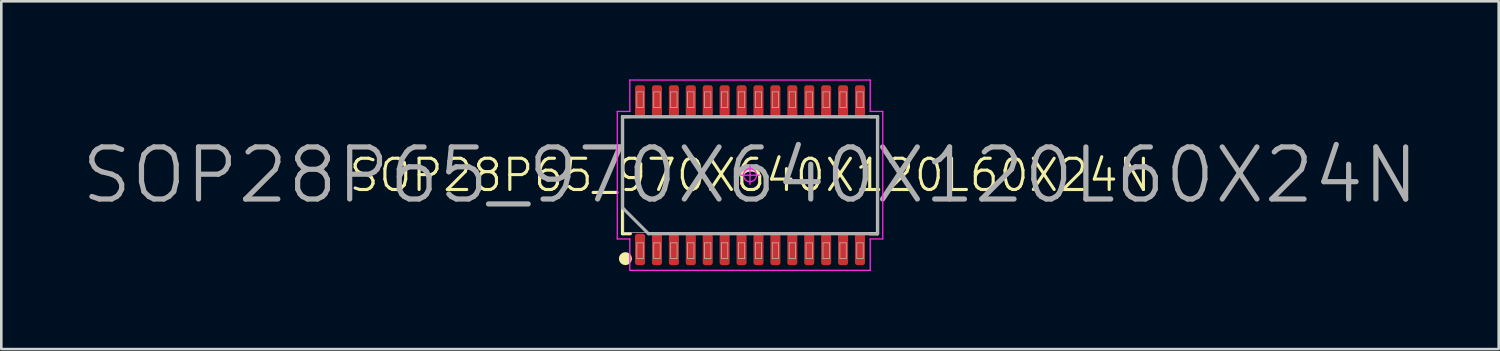
<source format=kicad_pcb>
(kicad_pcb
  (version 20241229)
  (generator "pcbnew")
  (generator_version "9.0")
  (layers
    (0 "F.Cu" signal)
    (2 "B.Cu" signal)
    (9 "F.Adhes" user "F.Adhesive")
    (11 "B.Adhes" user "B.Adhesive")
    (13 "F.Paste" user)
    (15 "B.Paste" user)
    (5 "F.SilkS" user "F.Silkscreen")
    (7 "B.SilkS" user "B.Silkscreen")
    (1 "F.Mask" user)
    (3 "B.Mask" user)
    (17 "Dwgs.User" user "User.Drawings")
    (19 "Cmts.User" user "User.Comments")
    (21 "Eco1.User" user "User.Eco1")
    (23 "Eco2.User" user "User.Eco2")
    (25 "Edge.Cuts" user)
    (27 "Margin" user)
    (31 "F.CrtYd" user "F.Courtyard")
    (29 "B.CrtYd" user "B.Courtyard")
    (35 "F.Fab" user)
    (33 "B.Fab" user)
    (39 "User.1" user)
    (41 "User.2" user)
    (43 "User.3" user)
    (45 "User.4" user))
  (footprint "SOP28P65_970X640X120L60X24N"
    (layer "F.Cu")
    (at 25.767 3.681)
    (property "Reference" "SOP28P65_970X640X120L60X24N" (at 0 0 0) (layer "F.SilkS") (effects (font (size 1.2 1.2) (thickness 0.12))))
    (attr smd)
    (fp_line (start -4.9 -2.25) (end -4.598 -2.25) (stroke (width 0.12) (type solid)) (layer "F.SilkS"))
    (fp_line (start -4.9 2.25) (end -4.9 -2.25) (stroke (width 0.12) (type solid)) (layer "F.SilkS"))
    (fp_line (start -4.598 2.25) (end -4.9 2.25) (stroke (width 0.12) (type solid)) (layer "F.SilkS"))
    (fp_line (start 4.598 2.25) (end 4.9 2.25) (stroke (width 0.12) (type solid)) (layer "F.SilkS"))
    (fp_line (start 4.9 -2.25) (end 4.598 -2.25) (stroke (width 0.12) (type solid)) (layer "F.SilkS"))
    (fp_line (start 4.9 2.25) (end 4.9 -2.25) (stroke (width 0.12) (type solid)) (layer "F.SilkS"))
    (fp_circle (center -4.788 3.206) (end -4.788 3.331) (stroke (width 0.25) (type solid)) (fill no) (layer "F.SilkS"))
    (fp_line (start -4.85 -2.2) (end 4.85 -2.2) (stroke (width 0.025) (type solid)) (layer "Dwgs.User"))
    (fp_line (start -4.85 2.2) (end -4.85 -2.2) (stroke (width 0.025) (type solid)) (layer "Dwgs.User"))
    (fp_line (start -4.347 -3.2) (end -4.103 -3.2) (stroke (width 0.025) (type solid)) (layer "Dwgs.User"))
    (fp_line (start -4.347 -2.6) (end -4.347 -3.2) (stroke (width 0.025) (type solid)) (layer "Dwgs.User"))
    (fp_line (start -4.347 2.6) (end -4.103 2.6) (stroke (width 0.025) (type solid)) (layer "Dwgs.User"))
    (fp_line (start -4.347 3.2) (end -4.347 2.6) (stroke (width 0.025) (type solid)) (layer "Dwgs.User"))
    (fp_line (start -4.103 -3.2) (end -4.103 -2.6) (stroke (width 0.025) (type solid)) (layer "Dwgs.User"))
    (fp_line (start -4.103 -2.6) (end -4.347 -2.6) (stroke (width 0.025) (type solid)) (layer "Dwgs.User"))
    (fp_line (start -4.103 2.6) (end -4.103 3.2) (stroke (width 0.025) (type solid)) (layer "Dwgs.User"))
    (fp_line (start -4.103 3.2) (end -4.347 3.2) (stroke (width 0.025) (type solid)) (layer "Dwgs.User"))
    (fp_line (start -3.697 -3.2) (end -3.453 -3.2) (stroke (width 0.025) (type solid)) (layer "Dwgs.User"))
    (fp_line (start -3.697 -2.6) (end -3.697 -3.2) (stroke (width 0.025) (type solid)) (layer "Dwgs.User"))
    (fp_line (start -3.697 2.6) (end -3.453 2.6) (stroke (width 0.025) (type solid)) (layer "Dwgs.User"))
    (fp_line (start -3.697 3.2) (end -3.697 2.6) (stroke (width 0.025) (type solid)) (layer "Dwgs.User"))
    (fp_line (start -3.453 -3.2) (end -3.453 -2.6) (stroke (width 0.025) (type solid)) (layer "Dwgs.User"))
    (fp_line (start -3.453 -2.6) (end -3.697 -2.6) (stroke (width 0.025) (type solid)) (layer "Dwgs.User"))
    (fp_line (start -3.453 2.6) (end -3.453 3.2) (stroke (width 0.025) (type solid)) (layer "Dwgs.User"))
    (fp_line (start -3.453 3.2) (end -3.697 3.2) (stroke (width 0.025) (type solid)) (layer "Dwgs.User"))
    (fp_line (start -3.047 -3.2) (end -2.803 -3.2) (stroke (width 0.025) (type solid)) (layer "Dwgs.User"))
    (fp_line (start -3.047 -2.6) (end -3.047 -3.2) (stroke (width 0.025) (type solid)) (layer "Dwgs.User"))
    (fp_line (start -3.047 2.6) (end -2.803 2.6) (stroke (width 0.025) (type solid)) (layer "Dwgs.User"))
    (fp_line (start -3.047 3.2) (end -3.047 2.6) (stroke (width 0.025) (type solid)) (layer "Dwgs.User"))
    (fp_line (start -2.803 -3.2) (end -2.803 -2.6) (stroke (width 0.025) (type solid)) (layer "Dwgs.User"))
    (fp_line (start -2.803 -2.6) (end -3.047 -2.6) (stroke (width 0.025) (type solid)) (layer "Dwgs.User"))
    (fp_line (start -2.803 2.6) (end -2.803 3.2) (stroke (width 0.025) (type solid)) (layer "Dwgs.User"))
    (fp_line (start -2.803 3.2) (end -3.047 3.2) (stroke (width 0.025) (type solid)) (layer "Dwgs.User"))
    (fp_line (start -2.397 -3.2) (end -2.153 -3.2) (stroke (width 0.025) (type solid)) (layer "Dwgs.User"))
    (fp_line (start -2.397 -2.6) (end -2.397 -3.2) (stroke (width 0.025) (type solid)) (layer "Dwgs.User"))
    (fp_line (start -2.397 2.6) (end -2.153 2.6) (stroke (width 0.025) (type solid)) (layer "Dwgs.User"))
    (fp_line (start -2.397 3.2) (end -2.397 2.6) (stroke (width 0.025) (type solid)) (layer "Dwgs.User"))
    (fp_line (start -2.153 -3.2) (end -2.153 -2.6) (stroke (width 0.025) (type solid)) (layer "Dwgs.User"))
    (fp_line (start -2.153 -2.6) (end -2.397 -2.6) (stroke (width 0.025) (type solid)) (layer "Dwgs.User"))
    (fp_line (start -2.153 2.6) (end -2.153 3.2) (stroke (width 0.025) (type solid)) (layer "Dwgs.User"))
    (fp_line (start -2.153 3.2) (end -2.397 3.2) (stroke (width 0.025) (type solid)) (layer "Dwgs.User"))
    (fp_line (start -1.747 -3.2) (end -1.503 -3.2) (stroke (width 0.025) (type solid)) (layer "Dwgs.User"))
    (fp_line (start -1.747 -2.6) (end -1.747 -3.2) (stroke (width 0.025) (type solid)) (layer "Dwgs.User"))
    (fp_line (start -1.747 2.6) (end -1.503 2.6) (stroke (width 0.025) (type solid)) (layer "Dwgs.User"))
    (fp_line (start -1.747 3.2) (end -1.747 2.6) (stroke (width 0.025) (type solid)) (layer "Dwgs.User"))
    (fp_line (start -1.503 -3.2) (end -1.503 -2.6) (stroke (width 0.025) (type solid)) (layer "Dwgs.User"))
    (fp_line (start -1.503 -2.6) (end -1.747 -2.6) (stroke (width 0.025) (type solid)) (layer "Dwgs.User"))
    (fp_line (start -1.503 2.6) (end -1.503 3.2) (stroke (width 0.025) (type solid)) (layer "Dwgs.User"))
    (fp_line (start -1.503 3.2) (end -1.747 3.2) (stroke (width 0.025) (type solid)) (layer "Dwgs.User"))
    (fp_line (start -1.097 -3.2) (end -0.853 -3.2) (stroke (width 0.025) (type solid)) (layer "Dwgs.User"))
    (fp_line (start -1.097 -2.6) (end -1.097 -3.2) (stroke (width 0.025) (type solid)) (layer "Dwgs.User"))
    (fp_line (start -1.097 2.6) (end -0.853 2.6) (stroke (width 0.025) (type solid)) (layer "Dwgs.User"))
    (fp_line (start -1.097 3.2) (end -1.097 2.6) (stroke (width 0.025) (type solid)) (layer "Dwgs.User"))
    (fp_line (start -0.853 -3.2) (end -0.853 -2.6) (stroke (width 0.025) (type solid)) (layer "Dwgs.User"))
    (fp_line (start -0.853 -2.6) (end -1.097 -2.6) (stroke (width 0.025) (type solid)) (layer "Dwgs.User"))
    (fp_line (start -0.853 2.6) (end -0.853 3.2) (stroke (width 0.025) (type solid)) (layer "Dwgs.User"))
    (fp_line (start -0.853 3.2) (end -1.097 3.2) (stroke (width 0.025) (type solid)) (layer "Dwgs.User"))
    (fp_line (start -0.447 -3.2) (end -0.203 -3.2) (stroke (width 0.025) (type solid)) (layer "Dwgs.User"))
    (fp_line (start -0.447 -2.6) (end -0.447 -3.2) (stroke (width 0.025) (type solid)) (layer "Dwgs.User"))
    (fp_line (start -0.447 2.6) (end -0.203 2.6) (stroke (width 0.025) (type solid)) (layer "Dwgs.User"))
    (fp_line (start -0.447 3.2) (end -0.447 2.6) (stroke (width 0.025) (type solid)) (layer "Dwgs.User"))
    (fp_line (start -0.203 -3.2) (end -0.203 -2.6) (stroke (width 0.025) (type solid)) (layer "Dwgs.User"))
    (fp_line (start -0.203 -2.6) (end -0.447 -2.6) (stroke (width 0.025) (type solid)) (layer "Dwgs.User"))
    (fp_line (start -0.203 2.6) (end -0.203 3.2) (stroke (width 0.025) (type solid)) (layer "Dwgs.User"))
    (fp_line (start -0.203 3.2) (end -0.447 3.2) (stroke (width 0.025) (type solid)) (layer "Dwgs.User"))
    (fp_line (start 0.203 -3.2) (end 0.447 -3.2) (stroke (width 0.025) (type solid)) (layer "Dwgs.User"))
    (fp_line (start 0.203 -2.6) (end 0.203 -3.2) (stroke (width 0.025) (type solid)) (layer "Dwgs.User"))
    (fp_line (start 0.203 2.6) (end 0.447 2.6) (stroke (width 0.025) (type solid)) (layer "Dwgs.User"))
    (fp_line (start 0.203 3.2) (end 0.203 2.6) (stroke (width 0.025) (type solid)) (layer "Dwgs.User"))
    (fp_line (start 0.447 -3.2) (end 0.447 -2.6) (stroke (width 0.025) (type solid)) (layer "Dwgs.User"))
    (fp_line (start 0.447 -2.6) (end 0.203 -2.6) (stroke (width 0.025) (type solid)) (layer "Dwgs.User"))
    (fp_line (start 0.447 2.6) (end 0.447 3.2) (stroke (width 0.025) (type solid)) (layer "Dwgs.User"))
    (fp_line (start 0.447 3.2) (end 0.203 3.2) (stroke (width 0.025) (type solid)) (layer "Dwgs.User"))
    (fp_line (start 0.853 -3.2) (end 1.097 -3.2) (stroke (width 0.025) (type solid)) (layer "Dwgs.User"))
    (fp_line (start 0.853 -2.6) (end 0.853 -3.2) (stroke (width 0.025) (type solid)) (layer "Dwgs.User"))
    (fp_line (start 0.853 2.6) (end 1.097 2.6) (stroke (width 0.025) (type solid)) (layer "Dwgs.User"))
    (fp_line (start 0.853 3.2) (end 0.853 2.6) (stroke (width 0.025) (type solid)) (layer "Dwgs.User"))
    (fp_line (start 1.097 -3.2) (end 1.097 -2.6) (stroke (width 0.025) (type solid)) (layer "Dwgs.User"))
    (fp_line (start 1.097 -2.6) (end 0.853 -2.6) (stroke (width 0.025) (type solid)) (layer "Dwgs.User"))
    (fp_line (start 1.097 2.6) (end 1.097 3.2) (stroke (width 0.025) (type solid)) (layer "Dwgs.User"))
    (fp_line (start 1.097 3.2) (end 0.853 3.2) (stroke (width 0.025) (type solid)) (layer "Dwgs.User"))
    (fp_line (start 1.503 -3.2) (end 1.747 -3.2) (stroke (width 0.025) (type solid)) (layer "Dwgs.User"))
    (fp_line (start 1.503 -2.6) (end 1.503 -3.2) (stroke (width 0.025) (type solid)) (layer "Dwgs.User"))
    (fp_line (start 1.503 2.6) (end 1.747 2.6) (stroke (width 0.025) (type solid)) (layer "Dwgs.User"))
    (fp_line (start 1.503 3.2) (end 1.503 2.6) (stroke (width 0.025) (type solid)) (layer "Dwgs.User"))
    (fp_line (start 1.747 -3.2) (end 1.747 -2.6) (stroke (width 0.025) (type solid)) (layer "Dwgs.User"))
    (fp_line (start 1.747 -2.6) (end 1.503 -2.6) (stroke (width 0.025) (type solid)) (layer "Dwgs.User"))
    (fp_line (start 1.747 2.6) (end 1.747 3.2) (stroke (width 0.025) (type solid)) (layer "Dwgs.User"))
    (fp_line (start 1.747 3.2) (end 1.503 3.2) (stroke (width 0.025) (type solid)) (layer "Dwgs.User"))
    (fp_line (start 2.153 -3.2) (end 2.397 -3.2) (stroke (width 0.025) (type solid)) (layer "Dwgs.User"))
    (fp_line (start 2.153 -2.6) (end 2.153 -3.2) (stroke (width 0.025) (type solid)) (layer "Dwgs.User"))
    (fp_line (start 2.153 2.6) (end 2.397 2.6) (stroke (width 0.025) (type solid)) (layer "Dwgs.User"))
    (fp_line (start 2.153 3.2) (end 2.153 2.6) (stroke (width 0.025) (type solid)) (layer "Dwgs.User"))
    (fp_line (start 2.397 -3.2) (end 2.397 -2.6) (stroke (width 0.025) (type solid)) (layer "Dwgs.User"))
    (fp_line (start 2.397 -2.6) (end 2.153 -2.6) (stroke (width 0.025) (type solid)) (layer "Dwgs.User"))
    (fp_line (start 2.397 2.6) (end 2.397 3.2) (stroke (width 0.025) (type solid)) (layer "Dwgs.User"))
    (fp_line (start 2.397 3.2) (end 2.153 3.2) (stroke (width 0.025) (type solid)) (layer "Dwgs.User"))
    (fp_line (start 2.803 -3.2) (end 3.047 -3.2) (stroke (width 0.025) (type solid)) (layer "Dwgs.User"))
    (fp_line (start 2.803 -2.6) (end 2.803 -3.2) (stroke (width 0.025) (type solid)) (layer "Dwgs.User"))
    (fp_line (start 2.803 2.6) (end 3.047 2.6) (stroke (width 0.025) (type solid)) (layer "Dwgs.User"))
    (fp_line (start 2.803 3.2) (end 2.803 2.6) (stroke (width 0.025) (type solid)) (layer "Dwgs.User"))
    (fp_line (start 3.047 -3.2) (end 3.047 -2.6) (stroke (width 0.025) (type solid)) (layer "Dwgs.User"))
    (fp_line (start 3.047 -2.6) (end 2.803 -2.6) (stroke (width 0.025) (type solid)) (layer "Dwgs.User"))
    (fp_line (start 3.047 2.6) (end 3.047 3.2) (stroke (width 0.025) (type solid)) (layer "Dwgs.User"))
    (fp_line (start 3.047 3.2) (end 2.803 3.2) (stroke (width 0.025) (type solid)) (layer "Dwgs.User"))
    (fp_line (start 3.453 -3.2) (end 3.697 -3.2) (stroke (width 0.025) (type solid)) (layer "Dwgs.User"))
    (fp_line (start 3.453 -2.6) (end 3.453 -3.2) (stroke (width 0.025) (type solid)) (layer "Dwgs.User"))
    (fp_line (start 3.453 2.6) (end 3.697 2.6) (stroke (width 0.025) (type solid)) (layer "Dwgs.User"))
    (fp_line (start 3.453 3.2) (end 3.453 2.6) (stroke (width 0.025) (type solid)) (layer "Dwgs.User"))
    (fp_line (start 3.697 -3.2) (end 3.697 -2.6) (stroke (width 0.025) (type solid)) (layer "Dwgs.User"))
    (fp_line (start 3.697 -2.6) (end 3.453 -2.6) (stroke (width 0.025) (type solid)) (layer "Dwgs.User"))
    (fp_line (start 3.697 2.6) (end 3.697 3.2) (stroke (width 0.025) (type solid)) (layer "Dwgs.User"))
    (fp_line (start 3.697 3.2) (end 3.453 3.2) (stroke (width 0.025) (type solid)) (layer "Dwgs.User"))
    (fp_line (start 4.103 -3.2) (end 4.347 -3.2) (stroke (width 0.025) (type solid)) (layer "Dwgs.User"))
    (fp_line (start 4.103 -2.6) (end 4.103 -3.2) (stroke (width 0.025) (type solid)) (layer "Dwgs.User"))
    (fp_line (start 4.103 2.6) (end 4.347 2.6) (stroke (width 0.025) (type solid)) (layer "Dwgs.User"))
    (fp_line (start 4.103 3.2) (end 4.103 2.6) (stroke (width 0.025) (type solid)) (layer "Dwgs.User"))
    (fp_line (start 4.347 -3.2) (end 4.347 -2.6) (stroke (width 0.025) (type solid)) (layer "Dwgs.User"))
    (fp_line (start 4.347 -2.6) (end 4.103 -2.6) (stroke (width 0.025) (type solid)) (layer "Dwgs.User"))
    (fp_line (start 4.347 2.6) (end 4.347 3.2) (stroke (width 0.025) (type solid)) (layer "Dwgs.User"))
    (fp_line (start 4.347 3.2) (end 4.103 3.2) (stroke (width 0.025) (type solid)) (layer "Dwgs.User"))
    (fp_line (start 4.85 -2.2) (end 4.85 2.2) (stroke (width 0.025) (type solid)) (layer "Dwgs.User"))
    (fp_line (start 4.85 2.2) (end -4.85 2.2) (stroke (width 0.025) (type solid)) (layer "Dwgs.User"))
    (fp_line (start -5.1 -2.45) (end -5.1 2.45) (stroke (width 0.05) (type solid)) (layer "F.CrtYd"))
    (fp_line (start -5.1 2.45) (end -4.618 2.45) (stroke (width 0.05) (type solid)) (layer "F.CrtYd"))
    (fp_line (start -4.618 -3.656) (end -4.618 -2.45) (stroke (width 0.05) (type solid)) (layer "F.CrtYd"))
    (fp_line (start -4.618 -2.45) (end -5.1 -2.45) (stroke (width 0.05) (type solid)) (layer "F.CrtYd"))
    (fp_line (start -4.618 2.45) (end -4.618 3.656) (stroke (width 0.05) (type solid)) (layer "F.CrtYd"))
    (fp_line (start -4.618 3.656) (end 4.618 3.656) (stroke (width 0.05) (type solid)) (layer "F.CrtYd"))
    (fp_line (start -0.35 0) (end 0.35 0) (stroke (width 0.05) (type solid)) (layer "F.CrtYd"))
    (fp_line (start 0 -0.35) (end 0 0.35) (stroke (width 0.05) (type solid)) (layer "F.CrtYd"))
    (fp_line (start 4.618 -3.656) (end -4.618 -3.656) (stroke (width 0.05) (type solid)) (layer "F.CrtYd"))
    (fp_line (start 4.618 -2.45) (end 4.618 -3.656) (stroke (width 0.05) (type solid)) (layer "F.CrtYd"))
    (fp_line (start 4.618 2.45) (end 5.1 2.45) (stroke (width 0.05) (type solid)) (layer "F.CrtYd"))
    (fp_line (start 4.618 3.656) (end 4.618 2.45) (stroke (width 0.05) (type solid)) (layer "F.CrtYd"))
    (fp_line (start 5.1 -2.45) (end 4.618 -2.45) (stroke (width 0.05) (type solid)) (layer "F.CrtYd"))
    (fp_line (start 5.1 2.45) (end 5.1 -2.45) (stroke (width 0.05) (type solid)) (layer "F.CrtYd"))
    (fp_circle (center 0 0) (end 0 0.25) (stroke (width 0.05) (type solid)) (fill no) (layer "F.CrtYd"))
    (fp_line (start -4.9 -2.25) (end 4.9 -2.25) (stroke (width 0.12) (type solid)) (layer "F.Fab"))
    (fp_line (start -4.9 1.25) (end -4.9 -2.25) (stroke (width 0.12) (type solid)) (layer "F.Fab"))
    (fp_line (start -3.9 2.25) (end -4.9 1.25) (stroke (width 0.12) (type solid)) (layer "F.Fab"))
    (fp_line (start 4.9 -2.25) (end 4.9 2.25) (stroke (width 0.12) (type solid)) (layer "F.Fab"))
    (fp_line (start 4.9 2.25) (end -3.9 2.25) (stroke (width 0.12) (type solid)) (layer "F.Fab"))
    (fp_text user "${REFERENCE}" (at 0 0 0) (layer "F.Fab") (effects (font (size 2 2) (thickness 0.2))))
    (pad "1" smd roundrect (at -4.225 2.853 90) (size 1.206 0.387) (layers "F.Cu" "F.Mask" "F.Paste") (roundrect_rratio 0.251))
    (pad "2" smd roundrect (at -3.575 2.853 90) (size 1.206 0.387) (layers "F.Cu" "F.Mask" "F.Paste") (roundrect_rratio 0.251))
    (pad "3" smd roundrect (at -2.925 2.853 90) (size 1.206 0.387) (layers "F.Cu" "F.Mask" "F.Paste") (roundrect_rratio 0.251))
    (pad "4" smd roundrect (at -2.275 2.853 90) (size 1.206 0.387) (layers "F.Cu" "F.Mask" "F.Paste") (roundrect_rratio 0.251))
    (pad "5" smd roundrect (at -1.625 2.853 90) (size 1.206 0.387) (layers "F.Cu" "F.Mask" "F.Paste") (roundrect_rratio 0.251))
    (pad "6" smd roundrect (at -0.975 2.853 90) (size 1.206 0.387) (layers "F.Cu" "F.Mask" "F.Paste") (roundrect_rratio 0.251))
    (pad "7" smd roundrect (at -0.325 2.853 90) (size 1.206 0.387) (layers "F.Cu" "F.Mask" "F.Paste") (roundrect_rratio 0.251))
    (pad "8" smd roundrect (at 0.325 2.853 90) (size 1.206 0.387) (layers "F.Cu" "F.Mask" "F.Paste") (roundrect_rratio 0.251))
    (pad "9" smd roundrect (at 0.975 2.853 90) (size 1.206 0.387) (layers "F.Cu" "F.Mask" "F.Paste") (roundrect_rratio 0.251))
    (pad "10" smd roundrect (at 1.625 2.853 90) (size 1.206 0.387) (layers "F.Cu" "F.Mask" "F.Paste") (roundrect_rratio 0.251))
    (pad "11" smd roundrect (at 2.275 2.853 90) (size 1.206 0.387) (layers "F.Cu" "F.Mask" "F.Paste") (roundrect_rratio 0.251))
    (pad "12" smd roundrect (at 2.925 2.853 90) (size 1.206 0.387) (layers "F.Cu" "F.Mask" "F.Paste") (roundrect_rratio 0.251))
    (pad "13" smd roundrect (at 3.575 2.853 90) (size 1.206 0.387) (layers "F.Cu" "F.Mask" "F.Paste") (roundrect_rratio 0.251))
    (pad "14" smd roundrect (at 4.225 2.853 90) (size 1.206 0.387) (layers "F.Cu" "F.Mask" "F.Paste") (roundrect_rratio 0.251))
    (pad "15" smd roundrect (at 4.225 -2.853 90) (size 1.206 0.387) (layers "F.Cu" "F.Mask" "F.Paste") (roundrect_rratio 0.251))
    (pad "16" smd roundrect (at 3.575 -2.853 90) (size 1.206 0.387) (layers "F.Cu" "F.Mask" "F.Paste") (roundrect_rratio 0.251))
    (pad "17" smd roundrect (at 2.925 -2.853 90) (size 1.206 0.387) (layers "F.Cu" "F.Mask" "F.Paste") (roundrect_rratio 0.251))
    (pad "18" smd roundrect (at 2.275 -2.853 90) (size 1.206 0.387) (layers "F.Cu" "F.Mask" "F.Paste") (roundrect_rratio 0.251))
    (pad "19" smd roundrect (at 1.625 -2.853 90) (size 1.206 0.387) (layers "F.Cu" "F.Mask" "F.Paste") (roundrect_rratio 0.251))
    (pad "20" smd roundrect (at 0.975 -2.853 90) (size 1.206 0.387) (layers "F.Cu" "F.Mask" "F.Paste") (roundrect_rratio 0.251))
    (pad "21" smd roundrect (at 0.325 -2.853 90) (size 1.206 0.387) (layers "F.Cu" "F.Mask" "F.Paste") (roundrect_rratio 0.251))
    (pad "22" smd roundrect (at -0.325 -2.853 90) (size 1.206 0.387) (layers "F.Cu" "F.Mask" "F.Paste") (roundrect_rratio 0.251))
    (pad "23" smd roundrect (at -0.975 -2.853 90) (size 1.206 0.387) (layers "F.Cu" "F.Mask" "F.Paste") (roundrect_rratio 0.251))
    (pad "24" smd roundrect (at -1.625 -2.853 90) (size 1.206 0.387) (layers "F.Cu" "F.Mask" "F.Paste") (roundrect_rratio 0.251))
    (pad "25" smd roundrect (at -2.275 -2.853 90) (size 1.206 0.387) (layers "F.Cu" "F.Mask" "F.Paste") (roundrect_rratio 0.251))
    (pad "26" smd roundrect (at -2.925 -2.853 90) (size 1.206 0.387) (layers "F.Cu" "F.Mask" "F.Paste") (roundrect_rratio 0.251))
    (pad "27" smd roundrect (at -3.575 -2.853 90) (size 1.206 0.387) (layers "F.Cu" "F.Mask" "F.Paste") (roundrect_rratio 0.251))
    (pad "28" smd roundrect (at -4.225 -2.853 90) (size 1.206 0.387) (layers "F.Cu" "F.Mask" "F.Paste") (roundrect_rratio 0.251)))
  (gr_rect
    (start -3 -3)
    (end 54.533 10.362)
    (stroke (width 0.1) (type default))
    (fill no)
    (layer "Edge.Cuts")))
</source>
